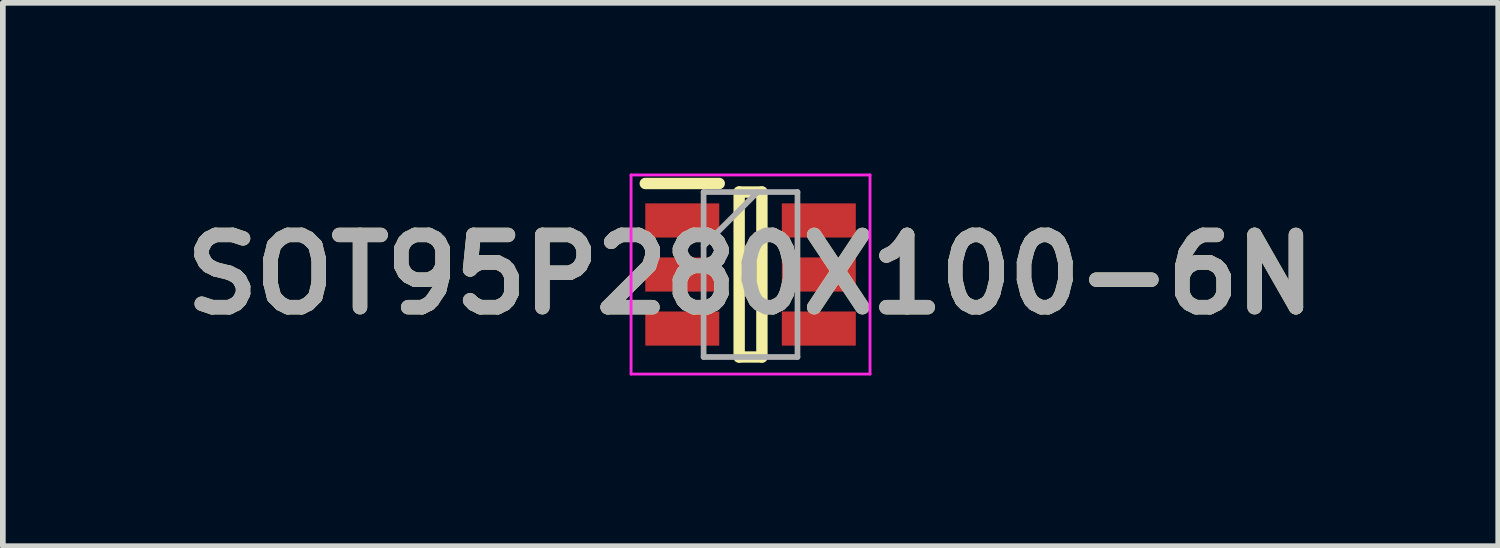
<source format=kicad_pcb>
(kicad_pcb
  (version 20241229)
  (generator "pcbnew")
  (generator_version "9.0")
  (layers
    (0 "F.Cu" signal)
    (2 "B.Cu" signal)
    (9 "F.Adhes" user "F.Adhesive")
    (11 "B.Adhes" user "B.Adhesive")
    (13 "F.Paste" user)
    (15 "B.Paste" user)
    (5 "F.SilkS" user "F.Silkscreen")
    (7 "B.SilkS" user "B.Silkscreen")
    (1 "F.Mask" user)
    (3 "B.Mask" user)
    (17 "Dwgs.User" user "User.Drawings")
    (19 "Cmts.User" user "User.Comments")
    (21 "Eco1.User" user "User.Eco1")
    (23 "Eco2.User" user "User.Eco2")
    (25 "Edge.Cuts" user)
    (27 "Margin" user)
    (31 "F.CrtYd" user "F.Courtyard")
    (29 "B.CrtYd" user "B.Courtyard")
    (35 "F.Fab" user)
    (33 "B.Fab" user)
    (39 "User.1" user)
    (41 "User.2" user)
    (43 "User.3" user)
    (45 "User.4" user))
  (footprint "SOT95P280X100-6N"
    (layer "F.Cu")
    (at 10.142 1.775)
    (property "Reference" "SOT95P280X100-6N" (at 0 0 0) (layer "F.SilkS") (effects (font (size 1.27 1.27) (thickness 0.254))))
    (attr smd)
    (fp_line (start -1.85 -1.6) (end -0.55 -1.6) (stroke (width 0.2) (type solid)) (layer "F.SilkS"))
    (fp_line (start -0.2 -1.45) (end 0.2 -1.45) (stroke (width 0.2) (type solid)) (layer "F.SilkS"))
    (fp_line (start -0.2 1.45) (end -0.2 -1.45) (stroke (width 0.2) (type solid)) (layer "F.SilkS"))
    (fp_line (start 0.2 -1.45) (end 0.2 1.45) (stroke (width 0.2) (type solid)) (layer "F.SilkS"))
    (fp_line (start 0.2 1.45) (end -0.2 1.45) (stroke (width 0.2) (type solid)) (layer "F.SilkS"))
    (fp_line (start -2.1 -1.75) (end 2.1 -1.75) (stroke (width 0.05) (type solid)) (layer "F.CrtYd"))
    (fp_line (start -2.1 1.75) (end -2.1 -1.75) (stroke (width 0.05) (type solid)) (layer "F.CrtYd"))
    (fp_line (start 2.1 -1.75) (end 2.1 1.75) (stroke (width 0.05) (type solid)) (layer "F.CrtYd"))
    (fp_line (start 2.1 1.75) (end -2.1 1.75) (stroke (width 0.05) (type solid)) (layer "F.CrtYd"))
    (fp_line (start -0.825 -1.45) (end 0.825 -1.45) (stroke (width 0.1) (type solid)) (layer "F.Fab"))
    (fp_line (start -0.825 -0.5) (end 0.125 -1.45) (stroke (width 0.1) (type solid)) (layer "F.Fab"))
    (fp_line (start -0.825 1.45) (end -0.825 -1.45) (stroke (width 0.1) (type solid)) (layer "F.Fab"))
    (fp_line (start 0.825 -1.45) (end 0.825 1.45) (stroke (width 0.1) (type solid)) (layer "F.Fab"))
    (fp_line (start 0.825 1.45) (end -0.825 1.45) (stroke (width 0.1) (type solid)) (layer "F.Fab"))
    (fp_text user "${REFERENCE}" (at 0 0 0) (layer "F.Fab") (effects (font (size 1.27 1.27) (thickness 0.254))))
    (pad "1" smd rect (at -1.2 -0.95 90) (size 0.6 1.3) (layers "F.Cu" "F.Mask" "F.Paste"))
    (pad "2" smd rect (at -1.2 0 90) (size 0.6 1.3) (layers "F.Cu" "F.Mask" "F.Paste"))
    (pad "3" smd rect (at -1.2 0.95 90) (size 0.6 1.3) (layers "F.Cu" "F.Mask" "F.Paste"))
    (pad "4" smd rect (at 1.2 0.95 90) (size 0.6 1.3) (layers "F.Cu" "F.Mask" "F.Paste"))
    (pad "5" smd rect (at 1.2 0 90) (size 0.6 1.3) (layers "F.Cu" "F.Mask" "F.Paste"))
    (pad "6" smd rect (at 1.2 -0.95 90) (size 0.6 1.3) (layers "F.Cu" "F.Mask" "F.Paste")))
  (gr_rect
    (start -3 -3)
    (end 23.284 6.55)
    (stroke (width 0.1) (type default))
    (fill no)
    (layer "Edge.Cuts")))
</source>
